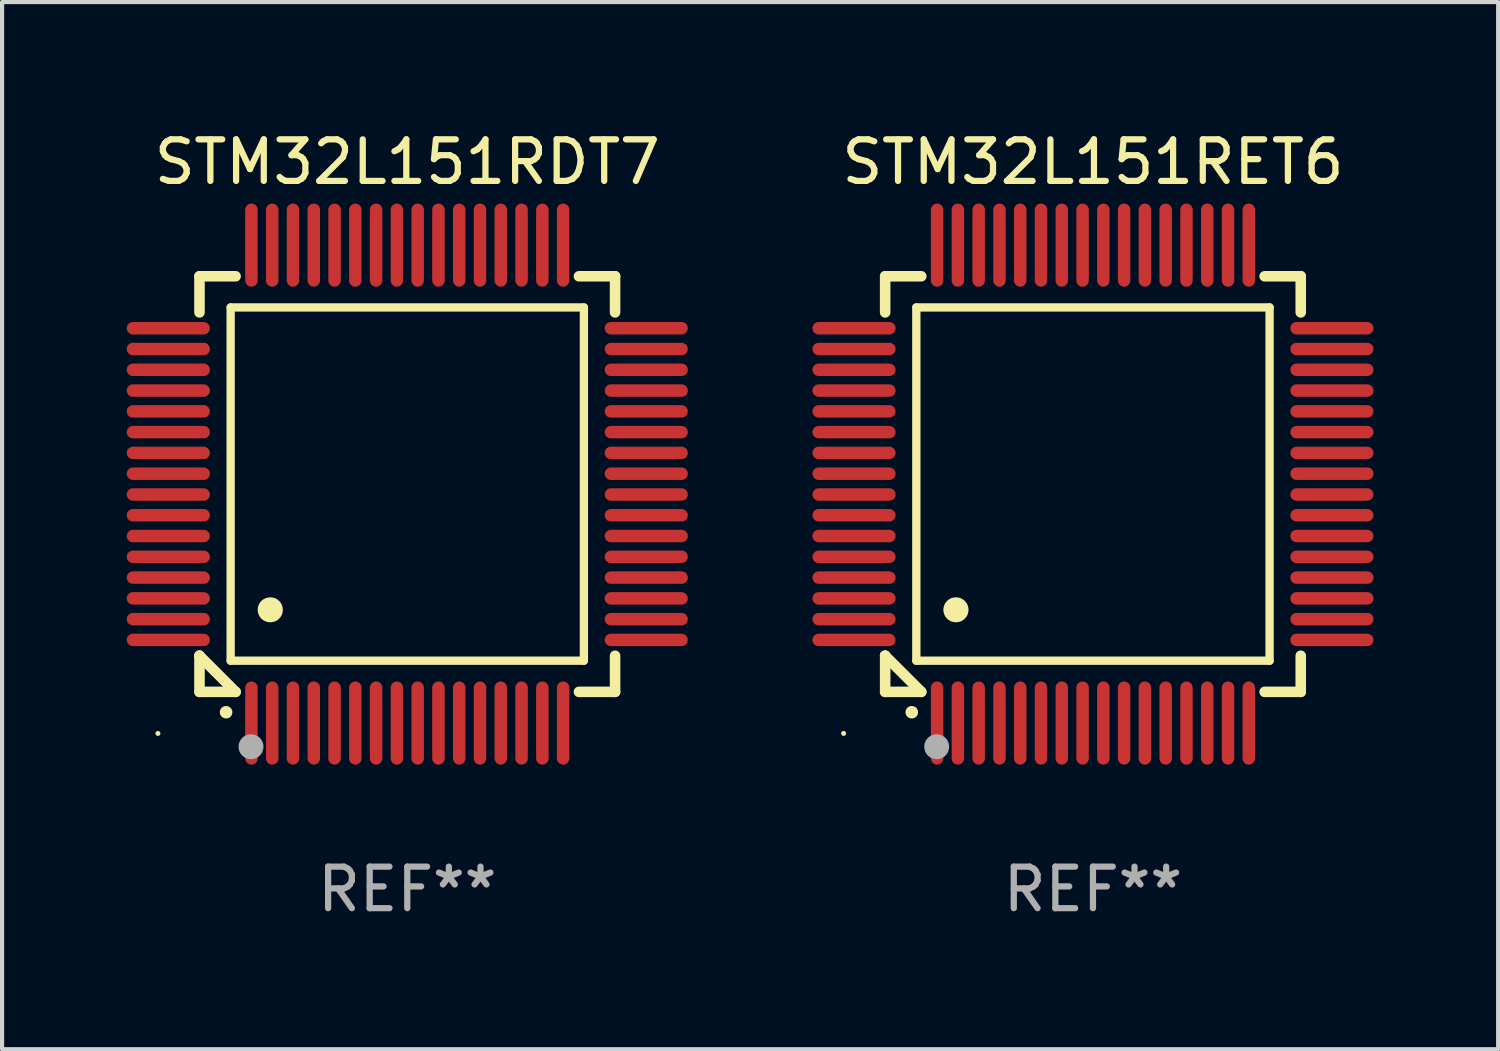
<source format=kicad_pcb>
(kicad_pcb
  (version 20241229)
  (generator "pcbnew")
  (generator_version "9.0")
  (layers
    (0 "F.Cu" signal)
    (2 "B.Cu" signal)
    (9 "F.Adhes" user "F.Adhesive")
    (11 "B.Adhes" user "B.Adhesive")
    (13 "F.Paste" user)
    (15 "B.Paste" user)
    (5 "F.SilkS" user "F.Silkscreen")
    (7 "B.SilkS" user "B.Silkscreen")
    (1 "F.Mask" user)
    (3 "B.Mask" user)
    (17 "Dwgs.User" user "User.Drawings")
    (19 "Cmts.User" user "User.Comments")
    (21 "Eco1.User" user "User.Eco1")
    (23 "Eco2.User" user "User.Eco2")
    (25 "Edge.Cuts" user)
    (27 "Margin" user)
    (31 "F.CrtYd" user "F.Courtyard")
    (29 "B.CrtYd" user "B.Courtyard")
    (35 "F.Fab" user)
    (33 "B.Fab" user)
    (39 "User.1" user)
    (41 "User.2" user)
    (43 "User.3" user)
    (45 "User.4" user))
  (footprint "STM32L151RET6"
    (layer "F.Cu")
    (at 23.249 8.598)
    (property "Reference" "STM32L151RET6" (at 0 -7.75 0) (layer "F.SilkS") (effects (font (size 1 1) (thickness 0.15))))
    (attr through_hole)
    (fp_line (start -5 -5) (end -4.131 -5) (stroke (width 0.254) (type solid)) (layer "F.SilkS"))
    (fp_line (start -5 -4.131) (end -5 -5) (stroke (width 0.254) (type solid)) (layer "F.SilkS"))
    (fp_line (start -5 4.131) (end -5 4.131) (stroke (width 0.254) (type solid)) (layer "F.SilkS"))
    (fp_line (start -5 5) (end -5 4.131) (stroke (width 0.254) (type solid)) (layer "F.SilkS"))
    (fp_line (start -5 4.131) (end -4.131 5) (stroke (width 0.254) (type solid)) (layer "F.SilkS"))
    (fp_line (start -4.25 -4.25) (end -4.25 4.25) (stroke (width 0.2) (type solid)) (layer "F.SilkS"))
    (fp_line (start -4.25 4.25) (end 4.25 4.25) (stroke (width 0.2) (type solid)) (layer "F.SilkS"))
    (fp_line (start -4.131 5) (end -5 5) (stroke (width 0.254) (type solid)) (layer "F.SilkS"))
    (fp_line (start 4.25 -4.25) (end -4.25 -4.25) (stroke (width 0.2) (type solid)) (layer "F.SilkS"))
    (fp_line (start 4.25 4.25) (end 4.25 -4.25) (stroke (width 0.2) (type solid)) (layer "F.SilkS"))
    (fp_line (start 5 -5) (end 4.131 -5) (stroke (width 0.254) (type solid)) (layer "F.SilkS"))
    (fp_line (start 5 -5) (end 5 -4.131) (stroke (width 0.254) (type solid)) (layer "F.SilkS"))
    (fp_line (start 5 4.131) (end 5 5) (stroke (width 0.254) (type solid)) (layer "F.SilkS"))
    (fp_line (start 5 5) (end 4.131 5) (stroke (width 0.254) (type solid)) (layer "F.SilkS"))
    (fp_arc (start -4.361265 5.489992) (mid -4.359995 5.489987) (end -4.358725 5.489992) (stroke (width 0.3) (type solid)) (layer "F.SilkS"))
    (fp_arc (start -3.299467 3.025146) (mid -3.296927 3.025135) (end -3.294387 3.025146) (stroke (width 0.6) (type solid)) (layer "F.SilkS"))
    (fp_circle (center -6 6) (end -5.97 6) (stroke (width 0.06) (type solid)) (fill no) (layer "F.SilkS"))
    (fp_circle (center -3.76 6.32) (end -3.61 6.32) (stroke (width 0.3) (type solid)) (fill no) (layer "F.Fab"))
    (fp_text user "REF**" (at 0 9.75 0) (layer "F.Fab") (effects (font (size 1 1) (thickness 0.15))))
    (pad "1" smd oval (at -3.75 5.75) (size 0.3 2) (layers "F.Cu" "F.Mask" "F.Paste"))
    (pad "2" smd oval (at -3.25 5.75) (size 0.3 2) (layers "F.Cu" "F.Mask" "F.Paste"))
    (pad "3" smd oval (at -2.75 5.75) (size 0.3 2) (layers "F.Cu" "F.Mask" "F.Paste"))
    (pad "4" smd oval (at -2.25 5.75) (size 0.3 2) (layers "F.Cu" "F.Mask" "F.Paste"))
    (pad "5" smd oval (at -1.75 5.75) (size 0.3 2) (layers "F.Cu" "F.Mask" "F.Paste"))
    (pad "6" smd oval (at -1.25 5.75) (size 0.3 2) (layers "F.Cu" "F.Mask" "F.Paste"))
    (pad "7" smd oval (at -0.75 5.75) (size 0.3 2) (layers "F.Cu" "F.Mask" "F.Paste"))
    (pad "8" smd oval (at -0.25 5.75) (size 0.3 2) (layers "F.Cu" "F.Mask" "F.Paste"))
    (pad "9" smd oval (at 0.25 5.75) (size 0.3 2) (layers "F.Cu" "F.Mask" "F.Paste"))
    (pad "10" smd oval (at 0.75 5.75) (size 0.3 2) (layers "F.Cu" "F.Mask" "F.Paste"))
    (pad "11" smd oval (at 1.25 5.75) (size 0.3 2) (layers "F.Cu" "F.Mask" "F.Paste"))
    (pad "12" smd oval (at 1.75 5.75) (size 0.3 2) (layers "F.Cu" "F.Mask" "F.Paste"))
    (pad "13" smd oval (at 2.25 5.75) (size 0.3 2) (layers "F.Cu" "F.Mask" "F.Paste"))
    (pad "14" smd oval (at 2.75 5.75) (size 0.3 2) (layers "F.Cu" "F.Mask" "F.Paste"))
    (pad "15" smd oval (at 3.25 5.75) (size 0.3 2) (layers "F.Cu" "F.Mask" "F.Paste"))
    (pad "16" smd oval (at 3.75 5.75) (size 0.3 2) (layers "F.Cu" "F.Mask" "F.Paste"))
    (pad "17" smd oval (at 5.75 3.75) (size 2 0.3) (layers "F.Cu" "F.Mask" "F.Paste"))
    (pad "18" smd oval (at 5.75 3.25) (size 2 0.3) (layers "F.Cu" "F.Mask" "F.Paste"))
    (pad "19" smd oval (at 5.75 2.75) (size 2 0.3) (layers "F.Cu" "F.Mask" "F.Paste"))
    (pad "20" smd oval (at 5.75 2.25) (size 2 0.3) (layers "F.Cu" "F.Mask" "F.Paste"))
    (pad "21" smd oval (at 5.75 1.75) (size 2 0.3) (layers "F.Cu" "F.Mask" "F.Paste"))
    (pad "22" smd oval (at 5.75 1.25) (size 2 0.3) (layers "F.Cu" "F.Mask" "F.Paste"))
    (pad "23" smd oval (at 5.75 0.75) (size 2 0.3) (layers "F.Cu" "F.Mask" "F.Paste"))
    (pad "24" smd oval (at 5.75 0.25) (size 2 0.3) (layers "F.Cu" "F.Mask" "F.Paste"))
    (pad "25" smd oval (at 5.75 -0.25) (size 2 0.3) (layers "F.Cu" "F.Mask" "F.Paste"))
    (pad "26" smd oval (at 5.75 -0.75) (size 2 0.3) (layers "F.Cu" "F.Mask" "F.Paste"))
    (pad "27" smd oval (at 5.75 -1.25) (size 2 0.3) (layers "F.Cu" "F.Mask" "F.Paste"))
    (pad "28" smd oval (at 5.75 -1.75) (size 2 0.3) (layers "F.Cu" "F.Mask" "F.Paste"))
    (pad "29" smd oval (at 5.75 -2.25) (size 2 0.3) (layers "F.Cu" "F.Mask" "F.Paste"))
    (pad "30" smd oval (at 5.75 -2.75) (size 2 0.3) (layers "F.Cu" "F.Mask" "F.Paste"))
    (pad "31" smd oval (at 5.75 -3.25) (size 2 0.3) (layers "F.Cu" "F.Mask" "F.Paste"))
    (pad "32" smd oval (at 5.75 -3.75) (size 2 0.3) (layers "F.Cu" "F.Mask" "F.Paste"))
    (pad "33" smd oval (at 3.75 -5.75) (size 0.3 2) (layers "F.Cu" "F.Mask" "F.Paste"))
    (pad "34" smd oval (at 3.25 -5.75) (size 0.3 2) (layers "F.Cu" "F.Mask" "F.Paste"))
    (pad "35" smd oval (at 2.75 -5.75) (size 0.3 2) (layers "F.Cu" "F.Mask" "F.Paste"))
    (pad "36" smd oval (at 2.25 -5.75) (size 0.3 2) (layers "F.Cu" "F.Mask" "F.Paste"))
    (pad "37" smd oval (at 1.75 -5.75) (size 0.3 2) (layers "F.Cu" "F.Mask" "F.Paste"))
    (pad "38" smd oval (at 1.25 -5.75) (size 0.3 2) (layers "F.Cu" "F.Mask" "F.Paste"))
    (pad "39" smd oval (at 0.75 -5.75) (size 0.3 2) (layers "F.Cu" "F.Mask" "F.Paste"))
    (pad "40" smd oval (at 0.25 -5.75) (size 0.3 2) (layers "F.Cu" "F.Mask" "F.Paste"))
    (pad "41" smd oval (at -0.25 -5.75) (size 0.3 2) (layers "F.Cu" "F.Mask" "F.Paste"))
    (pad "42" smd oval (at -0.75 -5.75) (size 0.3 2) (layers "F.Cu" "F.Mask" "F.Paste"))
    (pad "43" smd oval (at -1.25 -5.75) (size 0.3 2) (layers "F.Cu" "F.Mask" "F.Paste"))
    (pad "44" smd oval (at -1.75 -5.75) (size 0.3 2) (layers "F.Cu" "F.Mask" "F.Paste"))
    (pad "45" smd oval (at -2.25 -5.75) (size 0.3 2) (layers "F.Cu" "F.Mask" "F.Paste"))
    (pad "46" smd oval (at -2.75 -5.75) (size 0.3 2) (layers "F.Cu" "F.Mask" "F.Paste"))
    (pad "47" smd oval (at -3.25 -5.75) (size 0.3 2) (layers "F.Cu" "F.Mask" "F.Paste"))
    (pad "48" smd oval (at -3.75 -5.75) (size 0.3 2) (layers "F.Cu" "F.Mask" "F.Paste"))
    (pad "49" smd oval (at -5.75 -3.75) (size 2 0.3) (layers "F.Cu" "F.Mask" "F.Paste"))
    (pad "50" smd oval (at -5.75 -3.25) (size 2 0.3) (layers "F.Cu" "F.Mask" "F.Paste"))
    (pad "51" smd oval (at -5.75 -2.75) (size 2 0.3) (layers "F.Cu" "F.Mask" "F.Paste"))
    (pad "52" smd oval (at -5.75 -2.25) (size 2 0.3) (layers "F.Cu" "F.Mask" "F.Paste"))
    (pad "53" smd oval (at -5.75 -1.75) (size 2 0.3) (layers "F.Cu" "F.Mask" "F.Paste"))
    (pad "54" smd oval (at -5.75 -1.25) (size 2 0.3) (layers "F.Cu" "F.Mask" "F.Paste"))
    (pad "55" smd oval (at -5.75 -0.75) (size 2 0.3) (layers "F.Cu" "F.Mask" "F.Paste"))
    (pad "56" smd oval (at -5.75 -0.25) (size 2 0.3) (layers "F.Cu" "F.Mask" "F.Paste"))
    (pad "57" smd oval (at -5.75 0.25) (size 2 0.3) (layers "F.Cu" "F.Mask" "F.Paste"))
    (pad "58" smd oval (at -5.75 0.75) (size 2 0.3) (layers "F.Cu" "F.Mask" "F.Paste"))
    (pad "59" smd oval (at -5.75 1.25) (size 2 0.3) (layers "F.Cu" "F.Mask" "F.Paste"))
    (pad "60" smd oval (at -5.75 1.75) (size 2 0.3) (layers "F.Cu" "F.Mask" "F.Paste"))
    (pad "61" smd oval (at -5.75 2.25) (size 2 0.3) (layers "F.Cu" "F.Mask" "F.Paste"))
    (pad "62" smd oval (at -5.75 2.75) (size 2 0.3) (layers "F.Cu" "F.Mask" "F.Paste"))
    (pad "63" smd oval (at -5.75 3.25) (size 2 0.3) (layers "F.Cu" "F.Mask" "F.Paste"))
    (pad "64" smd oval (at -5.75 3.75) (size 2 0.3) (layers "F.Cu" "F.Mask" "F.Paste")))
  (footprint "STM32L151RDT7"
    (layer "F.Cu")
    (at 6.75 8.598)
    (property "Reference" "STM32L151RDT7" (at 0 -7.75 0) (layer "F.SilkS") (effects (font (size 1 1) (thickness 0.15))))
    (attr through_hole)
    (fp_line (start -5 -5) (end -4.131 -5) (stroke (width 0.254) (type solid)) (layer "F.SilkS"))
    (fp_line (start -5 -4.131) (end -5 -5) (stroke (width 0.254) (type solid)) (layer "F.SilkS"))
    (fp_line (start -5 4.131) (end -5 4.131) (stroke (width 0.254) (type solid)) (layer "F.SilkS"))
    (fp_line (start -5 5) (end -5 4.131) (stroke (width 0.254) (type solid)) (layer "F.SilkS"))
    (fp_line (start -5 4.131) (end -4.131 5) (stroke (width 0.254) (type solid)) (layer "F.SilkS"))
    (fp_line (start -4.25 -4.25) (end -4.25 4.25) (stroke (width 0.2) (type solid)) (layer "F.SilkS"))
    (fp_line (start -4.25 4.25) (end 4.25 4.25) (stroke (width 0.2) (type solid)) (layer "F.SilkS"))
    (fp_line (start -4.131 5) (end -5 5) (stroke (width 0.254) (type solid)) (layer "F.SilkS"))
    (fp_line (start 4.25 -4.25) (end -4.25 -4.25) (stroke (width 0.2) (type solid)) (layer "F.SilkS"))
    (fp_line (start 4.25 4.25) (end 4.25 -4.25) (stroke (width 0.2) (type solid)) (layer "F.SilkS"))
    (fp_line (start 5 -5) (end 4.131 -5) (stroke (width 0.254) (type solid)) (layer "F.SilkS"))
    (fp_line (start 5 -5) (end 5 -4.131) (stroke (width 0.254) (type solid)) (layer "F.SilkS"))
    (fp_line (start 5 4.131) (end 5 5) (stroke (width 0.254) (type solid)) (layer "F.SilkS"))
    (fp_line (start 5 5) (end 4.131 5) (stroke (width 0.254) (type solid)) (layer "F.SilkS"))
    (fp_arc (start -4.361265 5.489992) (mid -4.359995 5.489987) (end -4.358725 5.489992) (stroke (width 0.3) (type solid)) (layer "F.SilkS"))
    (fp_arc (start -3.299467 3.025146) (mid -3.296927 3.025135) (end -3.294387 3.025146) (stroke (width 0.6) (type solid)) (layer "F.SilkS"))
    (fp_circle (center -6 6) (end -5.97 6) (stroke (width 0.06) (type solid)) (fill no) (layer "F.SilkS"))
    (fp_circle (center -3.76 6.32) (end -3.61 6.32) (stroke (width 0.3) (type solid)) (fill no) (layer "F.Fab"))
    (fp_text user "REF**" (at 0 9.75 0) (layer "F.Fab") (effects (font (size 1 1) (thickness 0.15))))
    (pad "1" smd oval (at -3.75 5.75) (size 0.3 2) (layers "F.Cu" "F.Mask" "F.Paste"))
    (pad "2" smd oval (at -3.25 5.75) (size 0.3 2) (layers "F.Cu" "F.Mask" "F.Paste"))
    (pad "3" smd oval (at -2.75 5.75) (size 0.3 2) (layers "F.Cu" "F.Mask" "F.Paste"))
    (pad "4" smd oval (at -2.25 5.75) (size 0.3 2) (layers "F.Cu" "F.Mask" "F.Paste"))
    (pad "5" smd oval (at -1.75 5.75) (size 0.3 2) (layers "F.Cu" "F.Mask" "F.Paste"))
    (pad "6" smd oval (at -1.25 5.75) (size 0.3 2) (layers "F.Cu" "F.Mask" "F.Paste"))
    (pad "7" smd oval (at -0.75 5.75) (size 0.3 2) (layers "F.Cu" "F.Mask" "F.Paste"))
    (pad "8" smd oval (at -0.25 5.75) (size 0.3 2) (layers "F.Cu" "F.Mask" "F.Paste"))
    (pad "9" smd oval (at 0.25 5.75) (size 0.3 2) (layers "F.Cu" "F.Mask" "F.Paste"))
    (pad "10" smd oval (at 0.75 5.75) (size 0.3 2) (layers "F.Cu" "F.Mask" "F.Paste"))
    (pad "11" smd oval (at 1.25 5.75) (size 0.3 2) (layers "F.Cu" "F.Mask" "F.Paste"))
    (pad "12" smd oval (at 1.75 5.75) (size 0.3 2) (layers "F.Cu" "F.Mask" "F.Paste"))
    (pad "13" smd oval (at 2.25 5.75) (size 0.3 2) (layers "F.Cu" "F.Mask" "F.Paste"))
    (pad "14" smd oval (at 2.75 5.75) (size 0.3 2) (layers "F.Cu" "F.Mask" "F.Paste"))
    (pad "15" smd oval (at 3.25 5.75) (size 0.3 2) (layers "F.Cu" "F.Mask" "F.Paste"))
    (pad "16" smd oval (at 3.75 5.75) (size 0.3 2) (layers "F.Cu" "F.Mask" "F.Paste"))
    (pad "17" smd oval (at 5.75 3.75) (size 2 0.3) (layers "F.Cu" "F.Mask" "F.Paste"))
    (pad "18" smd oval (at 5.75 3.25) (size 2 0.3) (layers "F.Cu" "F.Mask" "F.Paste"))
    (pad "19" smd oval (at 5.75 2.75) (size 2 0.3) (layers "F.Cu" "F.Mask" "F.Paste"))
    (pad "20" smd oval (at 5.75 2.25) (size 2 0.3) (layers "F.Cu" "F.Mask" "F.Paste"))
    (pad "21" smd oval (at 5.75 1.75) (size 2 0.3) (layers "F.Cu" "F.Mask" "F.Paste"))
    (pad "22" smd oval (at 5.75 1.25) (size 2 0.3) (layers "F.Cu" "F.Mask" "F.Paste"))
    (pad "23" smd oval (at 5.75 0.75) (size 2 0.3) (layers "F.Cu" "F.Mask" "F.Paste"))
    (pad "24" smd oval (at 5.75 0.25) (size 2 0.3) (layers "F.Cu" "F.Mask" "F.Paste"))
    (pad "25" smd oval (at 5.75 -0.25) (size 2 0.3) (layers "F.Cu" "F.Mask" "F.Paste"))
    (pad "26" smd oval (at 5.75 -0.75) (size 2 0.3) (layers "F.Cu" "F.Mask" "F.Paste"))
    (pad "27" smd oval (at 5.75 -1.25) (size 2 0.3) (layers "F.Cu" "F.Mask" "F.Paste"))
    (pad "28" smd oval (at 5.75 -1.75) (size 2 0.3) (layers "F.Cu" "F.Mask" "F.Paste"))
    (pad "29" smd oval (at 5.75 -2.25) (size 2 0.3) (layers "F.Cu" "F.Mask" "F.Paste"))
    (pad "30" smd oval (at 5.75 -2.75) (size 2 0.3) (layers "F.Cu" "F.Mask" "F.Paste"))
    (pad "31" smd oval (at 5.75 -3.25) (size 2 0.3) (layers "F.Cu" "F.Mask" "F.Paste"))
    (pad "32" smd oval (at 5.75 -3.75) (size 2 0.3) (layers "F.Cu" "F.Mask" "F.Paste"))
    (pad "33" smd oval (at 3.75 -5.75) (size 0.3 2) (layers "F.Cu" "F.Mask" "F.Paste"))
    (pad "34" smd oval (at 3.25 -5.75) (size 0.3 2) (layers "F.Cu" "F.Mask" "F.Paste"))
    (pad "35" smd oval (at 2.75 -5.75) (size 0.3 2) (layers "F.Cu" "F.Mask" "F.Paste"))
    (pad "36" smd oval (at 2.25 -5.75) (size 0.3 2) (layers "F.Cu" "F.Mask" "F.Paste"))
    (pad "37" smd oval (at 1.75 -5.75) (size 0.3 2) (layers "F.Cu" "F.Mask" "F.Paste"))
    (pad "38" smd oval (at 1.25 -5.75) (size 0.3 2) (layers "F.Cu" "F.Mask" "F.Paste"))
    (pad "39" smd oval (at 0.75 -5.75) (size 0.3 2) (layers "F.Cu" "F.Mask" "F.Paste"))
    (pad "40" smd oval (at 0.25 -5.75) (size 0.3 2) (layers "F.Cu" "F.Mask" "F.Paste"))
    (pad "41" smd oval (at -0.25 -5.75) (size 0.3 2) (layers "F.Cu" "F.Mask" "F.Paste"))
    (pad "42" smd oval (at -0.75 -5.75) (size 0.3 2) (layers "F.Cu" "F.Mask" "F.Paste"))
    (pad "43" smd oval (at -1.25 -5.75) (size 0.3 2) (layers "F.Cu" "F.Mask" "F.Paste"))
    (pad "44" smd oval (at -1.75 -5.75) (size 0.3 2) (layers "F.Cu" "F.Mask" "F.Paste"))
    (pad "45" smd oval (at -2.25 -5.75) (size 0.3 2) (layers "F.Cu" "F.Mask" "F.Paste"))
    (pad "46" smd oval (at -2.75 -5.75) (size 0.3 2) (layers "F.Cu" "F.Mask" "F.Paste"))
    (pad "47" smd oval (at -3.25 -5.75) (size 0.3 2) (layers "F.Cu" "F.Mask" "F.Paste"))
    (pad "48" smd oval (at -3.75 -5.75) (size 0.3 2) (layers "F.Cu" "F.Mask" "F.Paste"))
    (pad "49" smd oval (at -5.75 -3.75) (size 2 0.3) (layers "F.Cu" "F.Mask" "F.Paste"))
    (pad "50" smd oval (at -5.75 -3.25) (size 2 0.3) (layers "F.Cu" "F.Mask" "F.Paste"))
    (pad "51" smd oval (at -5.75 -2.75) (size 2 0.3) (layers "F.Cu" "F.Mask" "F.Paste"))
    (pad "52" smd oval (at -5.75 -2.25) (size 2 0.3) (layers "F.Cu" "F.Mask" "F.Paste"))
    (pad "53" smd oval (at -5.75 -1.75) (size 2 0.3) (layers "F.Cu" "F.Mask" "F.Paste"))
    (pad "54" smd oval (at -5.75 -1.25) (size 2 0.3) (layers "F.Cu" "F.Mask" "F.Paste"))
    (pad "55" smd oval (at -5.75 -0.75) (size 2 0.3) (layers "F.Cu" "F.Mask" "F.Paste"))
    (pad "56" smd oval (at -5.75 -0.25) (size 2 0.3) (layers "F.Cu" "F.Mask" "F.Paste"))
    (pad "57" smd oval (at -5.75 0.25) (size 2 0.3) (layers "F.Cu" "F.Mask" "F.Paste"))
    (pad "58" smd oval (at -5.75 0.75) (size 2 0.3) (layers "F.Cu" "F.Mask" "F.Paste"))
    (pad "59" smd oval (at -5.75 1.25) (size 2 0.3) (layers "F.Cu" "F.Mask" "F.Paste"))
    (pad "60" smd oval (at -5.75 1.75) (size 2 0.3) (layers "F.Cu" "F.Mask" "F.Paste"))
    (pad "61" smd oval (at -5.75 2.25) (size 2 0.3) (layers "F.Cu" "F.Mask" "F.Paste"))
    (pad "62" smd oval (at -5.75 2.75) (size 2 0.3) (layers "F.Cu" "F.Mask" "F.Paste"))
    (pad "63" smd oval (at -5.75 3.25) (size 2 0.3) (layers "F.Cu" "F.Mask" "F.Paste"))
    (pad "64" smd oval (at -5.75 3.75) (size 2 0.3) (layers "F.Cu" "F.Mask" "F.Paste")))
  (gr_rect
    (start -3 -3)
    (end 32.999 22.196)
    (stroke (width 0.1) (type default))
    (fill no)
    (layer "Edge.Cuts")))
</source>
